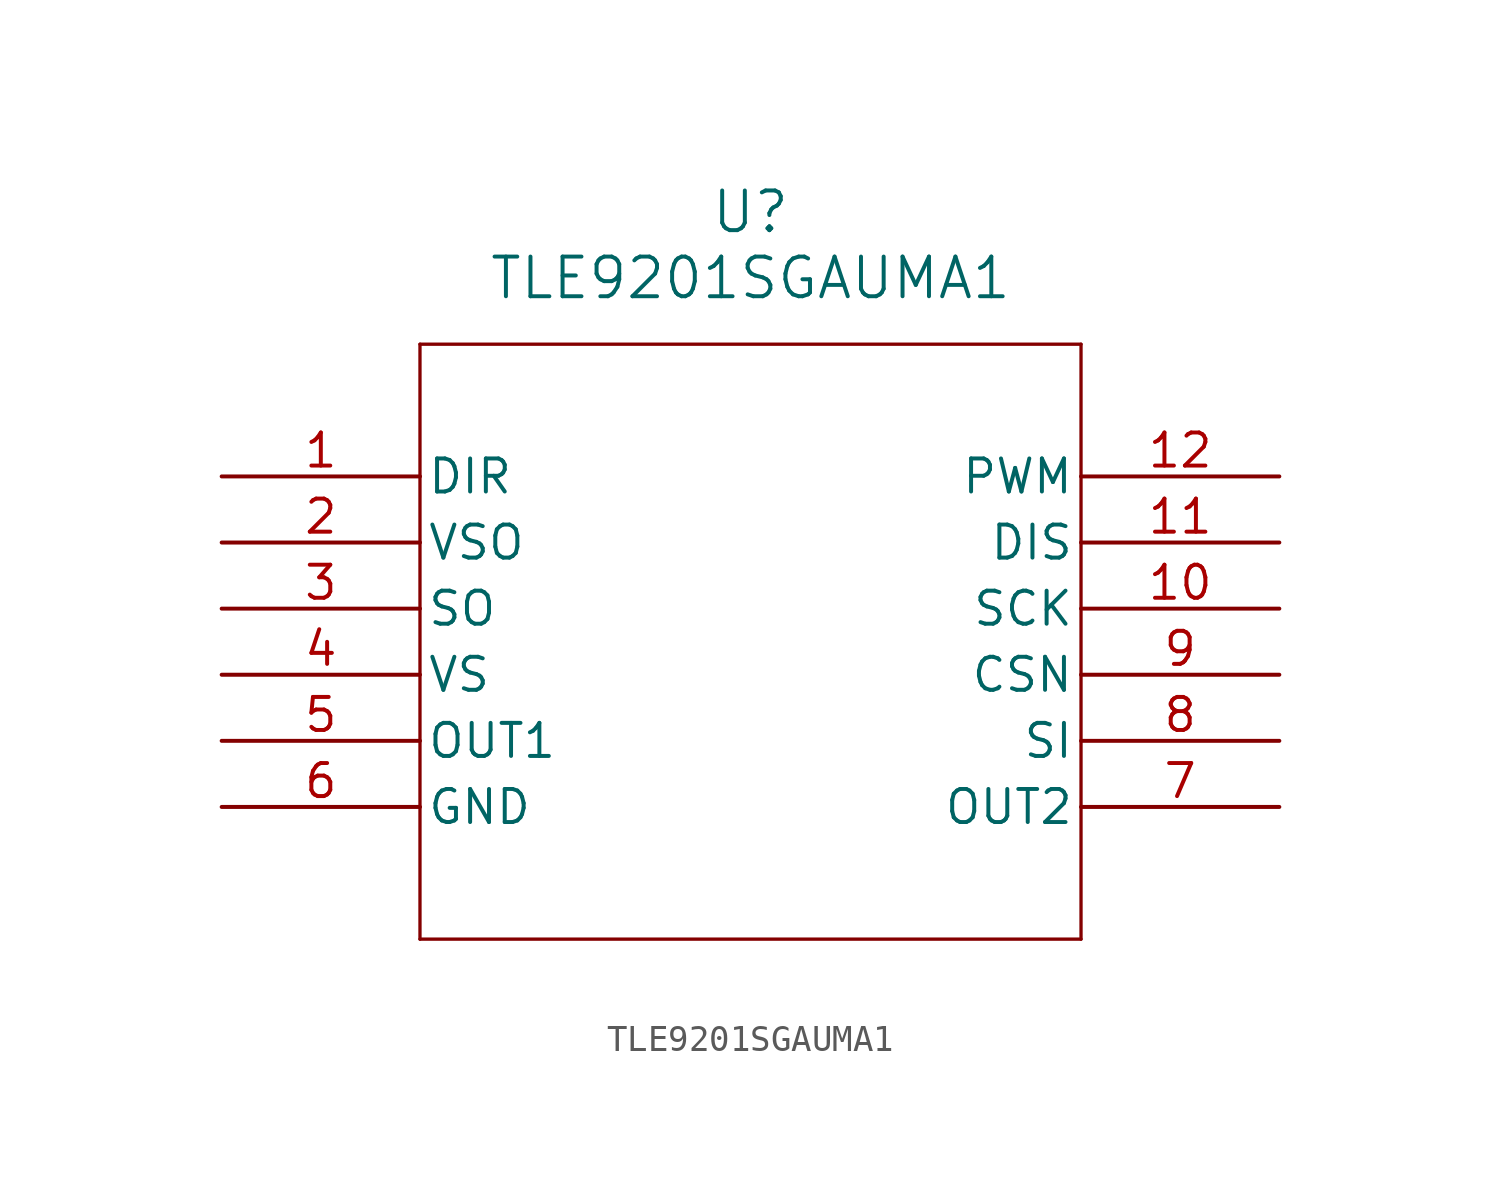
<source format=kicad_sym>
(kicad_symbol_lib
  (version 20211014)
  (generator kicad_symbol_editor)
  (symbol "TLE9201SGAUMA1"
    (pin_names
      (offset 0.254))
    (property "Reference" "U"
      (at 20.32 10.16 0)
      (effects (font (size 1.524 1.524))))
    (property "Value" "TLE9201SGAUMA1"
      (at 20.32 7.62 0)
      (effects (font (size 1.524 1.524))))
    (symbol "TLE9201SGAUMA1_0_1"
      (polyline (pts (xy 7.62 5.08) (xy 7.62 -17.78)) (stroke (width 0.127) (type default) (color 0 0 0 0)) (fill (type none)))
      (polyline (pts (xy 7.62 -17.78) (xy 33.02 -17.78)) (stroke (width 0.127) (type default) (color 0 0 0 0)) (fill (type none)))
      (polyline (pts (xy 33.02 -17.78) (xy 33.02 5.08)) (stroke (width 0.127) (type default) (color 0 0 0 0)) (fill (type none)))
      (polyline (pts (xy 33.02 5.08) (xy 7.62 5.08)) (stroke (width 0.127) (type default) (color 0 0 0 0)) (fill (type none)))
      (pin unspecified line (at 0 0 0) (length 7.62) (name "DIR" (effects (font (size 1.27 1.27)))) (number "1" (effects (font (size 1.27 1.27)))))
      (pin unspecified line (at 0 -2.54 0) (length 7.62) (name "VSO" (effects (font (size 1.27 1.27)))) (number "2" (effects (font (size 1.27 1.27)))))
      (pin unspecified line (at 0 -5.08 0) (length 7.62) (name "SO" (effects (font (size 1.27 1.27)))) (number "3" (effects (font (size 1.27 1.27)))))
      (pin unspecified line (at 0 -7.62 0) (length 7.62) (name "VS" (effects (font (size 1.27 1.27)))) (number "4" (effects (font (size 1.27 1.27)))))
      (pin unspecified line (at 0 -10.16 0) (length 7.62) (name "OUT1" (effects (font (size 1.27 1.27)))) (number "5" (effects (font (size 1.27 1.27)))))
      (pin unspecified line (at 0 -12.7 0) (length 7.62) (name "GND" (effects (font (size 1.27 1.27)))) (number "6" (effects (font (size 1.27 1.27)))))
      (pin unspecified line (at 40.64 -12.7 180) (length 7.62) (name "OUT2" (effects (font (size 1.27 1.27)))) (number "7" (effects (font (size 1.27 1.27)))))
      (pin unspecified line (at 40.64 -10.16 180) (length 7.62) (name "SI" (effects (font (size 1.27 1.27)))) (number "8" (effects (font (size 1.27 1.27)))))
      (pin unspecified line (at 40.64 -7.62 180) (length 7.62) (name "CSN" (effects (font (size 1.27 1.27)))) (number "9" (effects (font (size 1.27 1.27)))))
      (pin unspecified line (at 40.64 -5.08 180) (length 7.62) (name "SCK" (effects (font (size 1.27 1.27)))) (number "10" (effects (font (size 1.27 1.27)))))
      (pin unspecified line (at 40.64 -2.54 180) (length 7.62) (name "DIS" (effects (font (size 1.27 1.27)))) (number "11" (effects (font (size 1.27 1.27)))))
      (pin unspecified line (at 40.64 0 180) (length 7.62) (name "PWM" (effects (font (size 1.27 1.27)))) (number "12" (effects (font (size 1.27 1.27))))))))
</source>
